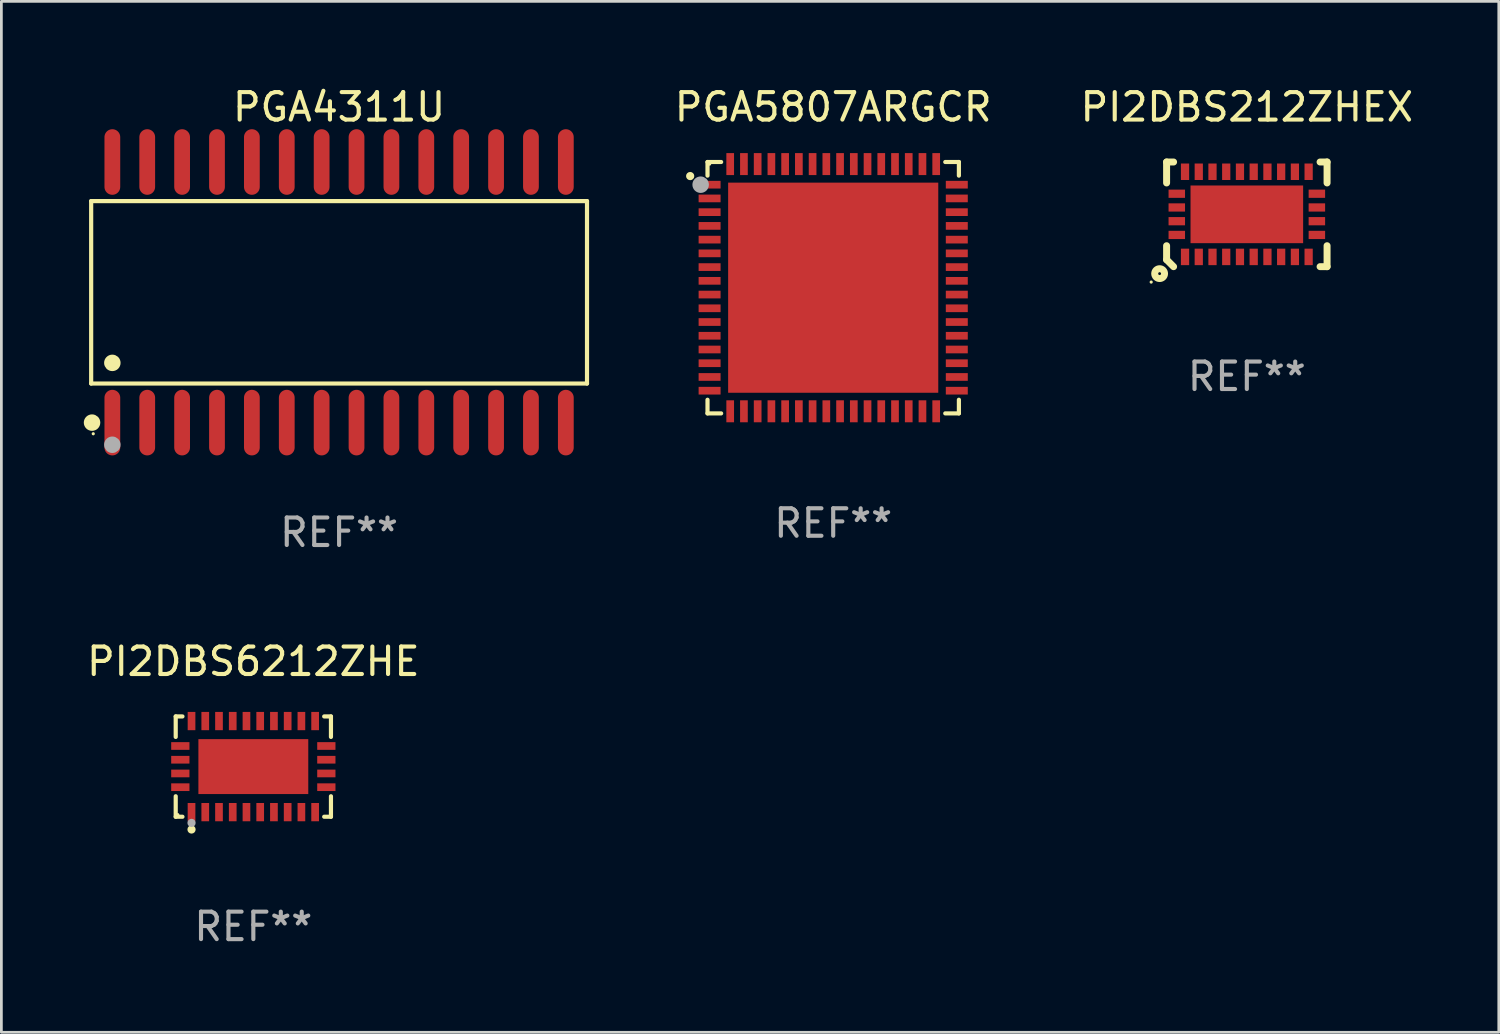
<source format=kicad_pcb>
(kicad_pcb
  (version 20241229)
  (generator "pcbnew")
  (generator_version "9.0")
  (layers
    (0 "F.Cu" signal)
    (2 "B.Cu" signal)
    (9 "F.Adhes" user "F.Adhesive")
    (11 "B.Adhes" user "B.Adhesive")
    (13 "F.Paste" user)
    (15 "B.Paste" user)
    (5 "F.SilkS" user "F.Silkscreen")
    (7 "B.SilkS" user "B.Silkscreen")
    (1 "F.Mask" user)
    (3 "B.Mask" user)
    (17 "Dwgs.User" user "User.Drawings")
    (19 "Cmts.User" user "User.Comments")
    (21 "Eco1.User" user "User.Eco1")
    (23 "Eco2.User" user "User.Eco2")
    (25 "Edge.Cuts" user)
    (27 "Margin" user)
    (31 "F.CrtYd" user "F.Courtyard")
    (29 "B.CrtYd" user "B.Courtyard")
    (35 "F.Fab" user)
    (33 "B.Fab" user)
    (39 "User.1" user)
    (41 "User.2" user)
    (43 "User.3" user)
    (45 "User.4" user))
  (footprint "PI2DBS6212ZHE"
    (layer "F.Cu")
    (at 6.173 24.859)
    (property "Reference" "PI2DBS6212ZHE" (at 0 -3.826 0) (layer "F.SilkS") (effects (font (size 1 1) (thickness 0.15))))
    (attr through_hole)
    (fp_line (start -2.826 -1.826) (end -2.58 -1.826) (stroke (width 0.152) (type solid)) (layer "F.SilkS"))
    (fp_line (start -2.826 -1.08) (end -2.826 -1.826) (stroke (width 0.152) (type solid)) (layer "F.SilkS"))
    (fp_line (start -2.826 1.08) (end -2.826 1.826) (stroke (width 0.152) (type solid)) (layer "F.SilkS"))
    (fp_line (start -2.826 1.826) (end -2.58 1.826) (stroke (width 0.152) (type solid)) (layer "F.SilkS"))
    (fp_line (start 2.826 -1.826) (end 2.58 -1.826) (stroke (width 0.152) (type solid)) (layer "F.SilkS"))
    (fp_line (start 2.826 -1.08) (end 2.826 -1.826) (stroke (width 0.152) (type solid)) (layer "F.SilkS"))
    (fp_line (start 2.826 1.08) (end 2.826 1.826) (stroke (width 0.152) (type solid)) (layer "F.SilkS"))
    (fp_line (start 2.826 1.826) (end 2.58 1.826) (stroke (width 0.152) (type solid)) (layer "F.SilkS"))
    (fp_circle (center -2.75 1.75) (end -2.72 1.75) (stroke (width 0.06) (type solid)) (fill no) (layer "F.SilkS"))
    (fp_circle (center -2.25 2.29) (end -2.175 2.29) (stroke (width 0.15) (type solid)) (fill no) (layer "F.SilkS"))
    (fp_circle (center -2.25 2.05) (end -2.175 2.05) (stroke (width 0.15) (type solid)) (fill no) (layer "F.Fab"))
    (fp_text user "REF**" (at 0 5.826 0) (layer "F.Fab") (effects (font (size 1 1) (thickness 0.15))))
    (pad "1" smd rect (at -2.25 1.658) (size 0.28 0.665) (layers "F.Cu" "F.Mask" "F.Paste"))
    (pad "2" smd rect (at -1.75 1.658) (size 0.28 0.665) (layers "F.Cu" "F.Mask" "F.Paste"))
    (pad "3" smd rect (at -1.25 1.658) (size 0.28 0.665) (layers "F.Cu" "F.Mask" "F.Paste"))
    (pad "4" smd rect (at -0.75 1.658) (size 0.28 0.665) (layers "F.Cu" "F.Mask" "F.Paste"))
    (pad "5" smd rect (at -0.25 1.658) (size 0.28 0.665) (layers "F.Cu" "F.Mask" "F.Paste"))
    (pad "6" smd rect (at 0.25 1.658) (size 0.28 0.665) (layers "F.Cu" "F.Mask" "F.Paste"))
    (pad "7" smd rect (at 0.75 1.658) (size 0.28 0.665) (layers "F.Cu" "F.Mask" "F.Paste"))
    (pad "8" smd rect (at 1.25 1.658) (size 0.28 0.665) (layers "F.Cu" "F.Mask" "F.Paste"))
    (pad "9" smd rect (at 1.75 1.658) (size 0.28 0.665) (layers "F.Cu" "F.Mask" "F.Paste"))
    (pad "10" smd rect (at 2.25 1.658) (size 0.28 0.665) (layers "F.Cu" "F.Mask" "F.Paste"))
    (pad "11" smd rect (at 2.658 0.75) (size 0.665 0.28) (layers "F.Cu" "F.Mask" "F.Paste"))
    (pad "12" smd rect (at 2.658 0.25) (size 0.665 0.28) (layers "F.Cu" "F.Mask" "F.Paste"))
    (pad "13" smd rect (at 2.658 -0.25) (size 0.665 0.28) (layers "F.Cu" "F.Mask" "F.Paste"))
    (pad "14" smd rect (at 2.658 -0.75) (size 0.665 0.28) (layers "F.Cu" "F.Mask" "F.Paste"))
    (pad "15" smd rect (at 2.25 -1.658) (size 0.28 0.665) (layers "F.Cu" "F.Mask" "F.Paste"))
    (pad "16" smd rect (at 1.75 -1.658) (size 0.28 0.665) (layers "F.Cu" "F.Mask" "F.Paste"))
    (pad "17" smd rect (at 1.25 -1.658) (size 0.28 0.665) (layers "F.Cu" "F.Mask" "F.Paste"))
    (pad "18" smd rect (at 0.75 -1.658) (size 0.28 0.665) (layers "F.Cu" "F.Mask" "F.Paste"))
    (pad "19" smd rect (at 0.25 -1.658) (size 0.28 0.665) (layers "F.Cu" "F.Mask" "F.Paste"))
    (pad "20" smd rect (at -0.25 -1.658) (size 0.28 0.665) (layers "F.Cu" "F.Mask" "F.Paste"))
    (pad "21" smd rect (at -0.75 -1.658) (size 0.28 0.665) (layers "F.Cu" "F.Mask" "F.Paste"))
    (pad "22" smd rect (at -1.25 -1.658) (size 0.28 0.665) (layers "F.Cu" "F.Mask" "F.Paste"))
    (pad "23" smd rect (at -1.75 -1.658) (size 0.28 0.665) (layers "F.Cu" "F.Mask" "F.Paste"))
    (pad "24" smd rect (at -2.25 -1.658) (size 0.28 0.665) (layers "F.Cu" "F.Mask" "F.Paste"))
    (pad "25" smd rect (at -2.658 -0.75) (size 0.665 0.28) (layers "F.Cu" "F.Mask" "F.Paste"))
    (pad "26" smd rect (at -2.658 -0.25) (size 0.665 0.28) (layers "F.Cu" "F.Mask" "F.Paste"))
    (pad "27" smd rect (at -2.658 0.25) (size 0.665 0.28) (layers "F.Cu" "F.Mask" "F.Paste"))
    (pad "28" smd rect (at -2.658 0.75) (size 0.665 0.28) (layers "F.Cu" "F.Mask" "F.Paste"))
    (pad "29" smd rect (at 0 0) (size 4 2) (layers "F.Cu" "F.Mask" "F.Paste")))
  (footprint "PGA4311U"
    (layer "F.Cu")
    (at 9.295 7.592)
    (property "Reference" "PGA4311U" (at 0 -6.744 0) (layer "F.SilkS") (effects (font (size 1 1) (thickness 0.15))))
    (attr through_hole)
    (fp_line (start -9.026 -3.321) (end 9.026 -3.321) (stroke (width 0.152) (type solid)) (layer "F.SilkS"))
    (fp_line (start -9.026 3.321) (end -9.026 -3.321) (stroke (width 0.152) (type solid)) (layer "F.SilkS"))
    (fp_line (start 9.026 -3.321) (end 9.026 3.321) (stroke (width 0.152) (type solid)) (layer "F.SilkS"))
    (fp_line (start 9.026 3.321) (end -9.026 3.321) (stroke (width 0.152) (type solid)) (layer "F.SilkS"))
    (fp_circle (center -8.994 4.744) (end -8.844 4.744) (stroke (width 0.3) (type solid)) (fill no) (layer "F.SilkS"))
    (fp_circle (center -8.95 5.15) (end -8.92 5.15) (stroke (width 0.06) (type solid)) (fill no) (layer "F.SilkS"))
    (fp_circle (center -8.255 2.569) (end -8.105 2.569) (stroke (width 0.3) (type solid)) (fill no) (layer "F.SilkS"))
    (fp_circle (center -8.255 5.55) (end -8.105 5.55) (stroke (width 0.3) (type solid)) (fill no) (layer "F.Fab"))
    (fp_text user "REF**" (at 0 8.744 0) (layer "F.Fab") (effects (font (size 1 1) (thickness 0.15))))
    (pad "1" smd oval (at -8.255 4.744) (size 0.574 2.388) (layers "F.Cu" "F.Mask" "F.Paste"))
    (pad "2" smd oval (at -6.985 4.744) (size 0.574 2.388) (layers "F.Cu" "F.Mask" "F.Paste"))
    (pad "3" smd oval (at -5.715 4.744) (size 0.574 2.388) (layers "F.Cu" "F.Mask" "F.Paste"))
    (pad "4" smd oval (at -4.445 4.744) (size 0.574 2.388) (layers "F.Cu" "F.Mask" "F.Paste"))
    (pad "5" smd oval (at -3.175 4.744) (size 0.574 2.388) (layers "F.Cu" "F.Mask" "F.Paste"))
    (pad "6" smd oval (at -1.905 4.744) (size 0.574 2.388) (layers "F.Cu" "F.Mask" "F.Paste"))
    (pad "7" smd oval (at -0.635 4.744) (size 0.574 2.388) (layers "F.Cu" "F.Mask" "F.Paste"))
    (pad "8" smd oval (at 0.635 4.744) (size 0.574 2.388) (layers "F.Cu" "F.Mask" "F.Paste"))
    (pad "9" smd oval (at 1.905 4.744) (size 0.574 2.388) (layers "F.Cu" "F.Mask" "F.Paste"))
    (pad "10" smd oval (at 3.175 4.744) (size 0.574 2.388) (layers "F.Cu" "F.Mask" "F.Paste"))
    (pad "11" smd oval (at 4.445 4.744) (size 0.574 2.388) (layers "F.Cu" "F.Mask" "F.Paste"))
    (pad "12" smd oval (at 5.715 4.744) (size 0.574 2.388) (layers "F.Cu" "F.Mask" "F.Paste"))
    (pad "13" smd oval (at 6.985 4.744) (size 0.574 2.388) (layers "F.Cu" "F.Mask" "F.Paste"))
    (pad "14" smd oval (at 8.255 4.744) (size 0.574 2.388) (layers "F.Cu" "F.Mask" "F.Paste"))
    (pad "15" smd oval (at 8.255 -4.744) (size 0.574 2.388) (layers "F.Cu" "F.Mask" "F.Paste"))
    (pad "16" smd oval (at 6.985 -4.744) (size 0.574 2.388) (layers "F.Cu" "F.Mask" "F.Paste"))
    (pad "17" smd oval (at 5.715 -4.744) (size 0.574 2.388) (layers "F.Cu" "F.Mask" "F.Paste"))
    (pad "18" smd oval (at 4.445 -4.744) (size 0.574 2.388) (layers "F.Cu" "F.Mask" "F.Paste"))
    (pad "19" smd oval (at 3.175 -4.744) (size 0.574 2.388) (layers "F.Cu" "F.Mask" "F.Paste"))
    (pad "20" smd oval (at 1.905 -4.744) (size 0.574 2.388) (layers "F.Cu" "F.Mask" "F.Paste"))
    (pad "21" smd oval (at 0.635 -4.744) (size 0.574 2.388) (layers "F.Cu" "F.Mask" "F.Paste"))
    (pad "22" smd oval (at -0.635 -4.744) (size 0.574 2.388) (layers "F.Cu" "F.Mask" "F.Paste"))
    (pad "23" smd oval (at -1.905 -4.744) (size 0.574 2.388) (layers "F.Cu" "F.Mask" "F.Paste"))
    (pad "24" smd oval (at -3.175 -4.744) (size 0.574 2.388) (layers "F.Cu" "F.Mask" "F.Paste"))
    (pad "25" smd oval (at -4.445 -4.744) (size 0.574 2.388) (layers "F.Cu" "F.Mask" "F.Paste"))
    (pad "26" smd oval (at -5.715 -4.744) (size 0.574 2.388) (layers "F.Cu" "F.Mask" "F.Paste"))
    (pad "27" smd oval (at -6.985 -4.744) (size 0.574 2.388) (layers "F.Cu" "F.Mask" "F.Paste"))
    (pad "28" smd oval (at -8.255 -4.744) (size 0.574 2.388) (layers "F.Cu" "F.Mask" "F.Paste")))
  (footprint "PI2DBS212ZHEX"
    (layer "F.Cu")
    (at 42.343 4.753)
    (property "Reference" "PI2DBS212ZHEX" (at 0 -3.905 0) (layer "F.SilkS") (effects (font (size 1 1) (thickness 0.15))))
    (attr through_hole)
    (fp_line (start -2.921 -1.905) (end -2.667 -1.905) (stroke (width 0.254) (type solid)) (layer "F.SilkS"))
    (fp_line (start -2.921 -1.143) (end -2.921 -1.905) (stroke (width 0.254) (type solid)) (layer "F.SilkS"))
    (fp_line (start -2.921 1.143) (end -2.921 1.651) (stroke (width 0.254) (type solid)) (layer "F.SilkS"))
    (fp_line (start -2.921 1.651) (end -2.667 1.905) (stroke (width 0.254) (type solid)) (layer "F.SilkS"))
    (fp_line (start 2.667 -1.905) (end 2.921 -1.905) (stroke (width 0.254) (type solid)) (layer "F.SilkS"))
    (fp_line (start 2.921 -1.905) (end 2.921 -1.143) (stroke (width 0.254) (type solid)) (layer "F.SilkS"))
    (fp_line (start 2.921 1.143) (end 2.921 1.905) (stroke (width 0.254) (type solid)) (layer "F.SilkS"))
    (fp_line (start 2.921 1.905) (end 2.667 1.905) (stroke (width 0.254) (type solid)) (layer "F.SilkS"))
    (fp_circle (center -3.482 2.466) (end -3.452 2.466) (stroke (width 0.06) (type solid)) (fill no) (layer "F.SilkS"))
    (fp_circle (center -3.175 2.159) (end -2.996 2.159) (stroke (width 0.254) (type solid)) (fill no) (layer "F.SilkS"))
    (fp_text user "REF**" (at 0 5.905 0) (layer "F.Fab") (effects (font (size 1 1) (thickness 0.15))))
    (pad "1" smd rect (at -2.25 1.55) (size 0.3 0.6) (layers "F.Cu" "F.Mask" "F.Paste"))
    (pad "2" smd rect (at -1.75 1.55) (size 0.3 0.6) (layers "F.Cu" "F.Mask" "F.Paste"))
    (pad "3" smd rect (at -1.25 1.55) (size 0.3 0.6) (layers "F.Cu" "F.Mask" "F.Paste"))
    (pad "4" smd rect (at -0.75 1.55) (size 0.3 0.6) (layers "F.Cu" "F.Mask" "F.Paste"))
    (pad "5" smd rect (at -0.25 1.55) (size 0.3 0.6) (layers "F.Cu" "F.Mask" "F.Paste"))
    (pad "6" smd rect (at 0.25 1.55) (size 0.3 0.6) (layers "F.Cu" "F.Mask" "F.Paste"))
    (pad "7" smd rect (at 0.75 1.55) (size 0.3 0.6) (layers "F.Cu" "F.Mask" "F.Paste"))
    (pad "8" smd rect (at 1.25 1.55) (size 0.3 0.6) (layers "F.Cu" "F.Mask" "F.Paste"))
    (pad "9" smd rect (at 1.75 1.55) (size 0.3 0.6) (layers "F.Cu" "F.Mask" "F.Paste"))
    (pad "10" smd rect (at 2.25 1.55) (size 0.3 0.6) (layers "F.Cu" "F.Mask" "F.Paste"))
    (pad "11" smd rect (at 2.55 0.75 90) (size 0.3 0.6) (layers "F.Cu" "F.Mask" "F.Paste"))
    (pad "12" smd rect (at 2.55 0.25 90) (size 0.3 0.6) (layers "F.Cu" "F.Mask" "F.Paste"))
    (pad "13" smd rect (at 2.55 -0.25 90) (size 0.3 0.6) (layers "F.Cu" "F.Mask" "F.Paste"))
    (pad "14" smd rect (at 2.55 -0.75 90) (size 0.3 0.6) (layers "F.Cu" "F.Mask" "F.Paste"))
    (pad "15" smd rect (at 2.25 -1.55) (size 0.3 0.6) (layers "F.Cu" "F.Mask" "F.Paste"))
    (pad "16" smd rect (at 1.75 -1.55) (size 0.3 0.6) (layers "F.Cu" "F.Mask" "F.Paste"))
    (pad "17" smd rect (at 1.25 -1.55) (size 0.3 0.6) (layers "F.Cu" "F.Mask" "F.Paste"))
    (pad "18" smd rect (at 0.75 -1.55) (size 0.3 0.6) (layers "F.Cu" "F.Mask" "F.Paste"))
    (pad "19" smd rect (at 0.25 -1.55) (size 0.3 0.6) (layers "F.Cu" "F.Mask" "F.Paste"))
    (pad "20" smd rect (at -0.25 -1.55) (size 0.3 0.6) (layers "F.Cu" "F.Mask" "F.Paste"))
    (pad "21" smd rect (at -0.75 -1.55) (size 0.3 0.6) (layers "F.Cu" "F.Mask" "F.Paste"))
    (pad "22" smd rect (at -1.25 -1.55) (size 0.3 0.6) (layers "F.Cu" "F.Mask" "F.Paste"))
    (pad "23" smd rect (at -1.75 -1.55) (size 0.3 0.6) (layers "F.Cu" "F.Mask" "F.Paste"))
    (pad "24" smd rect (at -2.25 -1.55) (size 0.3 0.6) (layers "F.Cu" "F.Mask" "F.Paste"))
    (pad "25" smd rect (at -2.55 -0.75 270) (size 0.3 0.6) (layers "F.Cu" "F.Mask" "F.Paste"))
    (pad "26" smd rect (at -2.55 -0.25 270) (size 0.3 0.6) (layers "F.Cu" "F.Mask" "F.Paste"))
    (pad "27" smd rect (at -2.55 0.25 270) (size 0.3 0.6) (layers "F.Cu" "F.Mask" "F.Paste"))
    (pad "28" smd rect (at -2.55 0.75 270) (size 0.3 0.6) (layers "F.Cu" "F.Mask" "F.Paste"))
    (pad "29" smd rect (at -0.000076 0.000102 270) (size 2.1 4.1) (layers "F.Cu" "F.Mask" "F.Paste")))
  (footprint "PGA5807ARGCR"
    (layer "F.Cu")
    (at 27.284 7.424)
    (property "Reference" "PGA5807ARGCR" (at 0 -6.576 0) (layer "F.SilkS") (effects (font (size 1 1) (thickness 0.15))))
    (attr through_hole)
    (fp_line (start -4.576 -4.576) (end -4.576 -4.08) (stroke (width 0.152) (type solid)) (layer "F.SilkS"))
    (fp_line (start -4.576 4.576) (end -4.576 4.08) (stroke (width 0.152) (type solid)) (layer "F.SilkS"))
    (fp_line (start -4.08 -4.576) (end -4.576 -4.576) (stroke (width 0.152) (type solid)) (layer "F.SilkS"))
    (fp_line (start -4.08 4.576) (end -4.576 4.576) (stroke (width 0.152) (type solid)) (layer "F.SilkS"))
    (fp_line (start 4.08 -4.576) (end 4.576 -4.576) (stroke (width 0.152) (type solid)) (layer "F.SilkS"))
    (fp_line (start 4.08 4.576) (end 4.576 4.576) (stroke (width 0.152) (type solid)) (layer "F.SilkS"))
    (fp_line (start 4.576 -4.576) (end 4.576 -4.08) (stroke (width 0.152) (type solid)) (layer "F.SilkS"))
    (fp_line (start 4.576 4.576) (end 4.576 4.08) (stroke (width 0.152) (type solid)) (layer "F.SilkS"))
    (fp_circle (center -5.207 -4.064) (end -5.132 -4.064) (stroke (width 0.15) (type solid)) (fill no) (layer "F.SilkS"))
    (fp_circle (center -4.5 -4.5) (end -4.47 -4.5) (stroke (width 0.06) (type solid)) (fill no) (layer "F.SilkS"))
    (fp_circle (center -4.826 -3.75) (end -4.676 -3.75) (stroke (width 0.3) (type solid)) (fill no) (layer "F.Fab"))
    (fp_text user "REF**" (at 0 8.576 0) (layer "F.Fab") (effects (font (size 1 1) (thickness 0.15))))
    (pad "1" smd rect (at -4.5 -3.75) (size 0.8 0.28) (layers "F.Cu" "F.Mask" "F.Paste"))
    (pad "2" smd rect (at -4.5 -3.25) (size 0.8 0.28) (layers "F.Cu" "F.Mask" "F.Paste"))
    (pad "3" smd rect (at -4.5 -2.75) (size 0.8 0.28) (layers "F.Cu" "F.Mask" "F.Paste"))
    (pad "4" smd rect (at -4.5 -2.25) (size 0.8 0.28) (layers "F.Cu" "F.Mask" "F.Paste"))
    (pad "5" smd rect (at -4.5 -1.75) (size 0.8 0.28) (layers "F.Cu" "F.Mask" "F.Paste"))
    (pad "6" smd rect (at -4.5 -1.25) (size 0.8 0.28) (layers "F.Cu" "F.Mask" "F.Paste"))
    (pad "7" smd rect (at -4.5 -0.75) (size 0.8 0.28) (layers "F.Cu" "F.Mask" "F.Paste"))
    (pad "8" smd rect (at -4.5 -0.25) (size 0.8 0.28) (layers "F.Cu" "F.Mask" "F.Paste"))
    (pad "9" smd rect (at -4.5 0.25) (size 0.8 0.28) (layers "F.Cu" "F.Mask" "F.Paste"))
    (pad "10" smd rect (at -4.5 0.75) (size 0.8 0.28) (layers "F.Cu" "F.Mask" "F.Paste"))
    (pad "11" smd rect (at -4.5 1.25) (size 0.8 0.28) (layers "F.Cu" "F.Mask" "F.Paste"))
    (pad "12" smd rect (at -4.5 1.75) (size 0.8 0.28) (layers "F.Cu" "F.Mask" "F.Paste"))
    (pad "13" smd rect (at -4.5 2.25) (size 0.8 0.28) (layers "F.Cu" "F.Mask" "F.Paste"))
    (pad "14" smd rect (at -4.5 2.75) (size 0.8 0.28) (layers "F.Cu" "F.Mask" "F.Paste"))
    (pad "15" smd rect (at -4.5 3.25) (size 0.8 0.28) (layers "F.Cu" "F.Mask" "F.Paste"))
    (pad "16" smd rect (at -4.5 3.75) (size 0.8 0.28) (layers "F.Cu" "F.Mask" "F.Paste"))
    (pad "17" smd rect (at -3.75 4.5) (size 0.28 0.8) (layers "F.Cu" "F.Mask" "F.Paste"))
    (pad "18" smd rect (at -3.25 4.5) (size 0.28 0.8) (layers "F.Cu" "F.Mask" "F.Paste"))
    (pad "19" smd rect (at -2.75 4.5) (size 0.28 0.8) (layers "F.Cu" "F.Mask" "F.Paste"))
    (pad "20" smd rect (at -2.25 4.5) (size 0.28 0.8) (layers "F.Cu" "F.Mask" "F.Paste"))
    (pad "21" smd rect (at -1.75 4.5) (size 0.28 0.8) (layers "F.Cu" "F.Mask" "F.Paste"))
    (pad "22" smd rect (at -1.25 4.5) (size 0.28 0.8) (layers "F.Cu" "F.Mask" "F.Paste"))
    (pad "23" smd rect (at -0.75 4.5) (size 0.28 0.8) (layers "F.Cu" "F.Mask" "F.Paste"))
    (pad "24" smd rect (at -0.25 4.5) (size 0.28 0.8) (layers "F.Cu" "F.Mask" "F.Paste"))
    (pad "25" smd rect (at 0.25 4.5) (size 0.28 0.8) (layers "F.Cu" "F.Mask" "F.Paste"))
    (pad "26" smd rect (at 0.75 4.5) (size 0.28 0.8) (layers "F.Cu" "F.Mask" "F.Paste"))
    (pad "27" smd rect (at 1.25 4.5) (size 0.28 0.8) (layers "F.Cu" "F.Mask" "F.Paste"))
    (pad "28" smd rect (at 1.75 4.5) (size 0.28 0.8) (layers "F.Cu" "F.Mask" "F.Paste"))
    (pad "29" smd rect (at 2.25 4.5) (size 0.28 0.8) (layers "F.Cu" "F.Mask" "F.Paste"))
    (pad "30" smd rect (at 2.75 4.5) (size 0.28 0.8) (layers "F.Cu" "F.Mask" "F.Paste"))
    (pad "31" smd rect (at 3.25 4.5) (size 0.28 0.8) (layers "F.Cu" "F.Mask" "F.Paste"))
    (pad "32" smd rect (at 3.75 4.5) (size 0.28 0.8) (layers "F.Cu" "F.Mask" "F.Paste"))
    (pad "33" smd rect (at 4.5 3.75) (size 0.8 0.28) (layers "F.Cu" "F.Mask" "F.Paste"))
    (pad "34" smd rect (at 4.5 3.25) (size 0.8 0.28) (layers "F.Cu" "F.Mask" "F.Paste"))
    (pad "35" smd rect (at 4.5 2.75) (size 0.8 0.28) (layers "F.Cu" "F.Mask" "F.Paste"))
    (pad "36" smd rect (at 4.5 2.25) (size 0.8 0.28) (layers "F.Cu" "F.Mask" "F.Paste"))
    (pad "37" smd rect (at 4.5 1.75) (size 0.8 0.28) (layers "F.Cu" "F.Mask" "F.Paste"))
    (pad "38" smd rect (at 4.5 1.25) (size 0.8 0.28) (layers "F.Cu" "F.Mask" "F.Paste"))
    (pad "39" smd rect (at 4.5 0.75) (size 0.8 0.28) (layers "F.Cu" "F.Mask" "F.Paste"))
    (pad "40" smd rect (at 4.5 0.25) (size 0.8 0.28) (layers "F.Cu" "F.Mask" "F.Paste"))
    (pad "41" smd rect (at 4.5 -0.25) (size 0.8 0.28) (layers "F.Cu" "F.Mask" "F.Paste"))
    (pad "42" smd rect (at 4.5 -0.75) (size 0.8 0.28) (layers "F.Cu" "F.Mask" "F.Paste"))
    (pad "43" smd rect (at 4.5 -1.25) (size 0.8 0.28) (layers "F.Cu" "F.Mask" "F.Paste"))
    (pad "44" smd rect (at 4.5 -1.75) (size 0.8 0.28) (layers "F.Cu" "F.Mask" "F.Paste"))
    (pad "45" smd rect (at 4.5 -2.25) (size 0.8 0.28) (layers "F.Cu" "F.Mask" "F.Paste"))
    (pad "46" smd rect (at 4.5 -2.75) (size 0.8 0.28) (layers "F.Cu" "F.Mask" "F.Paste"))
    (pad "47" smd rect (at 4.5 -3.25) (size 0.8 0.28) (layers "F.Cu" "F.Mask" "F.Paste"))
    (pad "48" smd rect (at 4.5 -3.75) (size 0.8 0.28) (layers "F.Cu" "F.Mask" "F.Paste"))
    (pad "49" smd rect (at 3.75 -4.5) (size 0.28 0.8) (layers "F.Cu" "F.Mask" "F.Paste"))
    (pad "50" smd rect (at 3.25 -4.5) (size 0.28 0.8) (layers "F.Cu" "F.Mask" "F.Paste"))
    (pad "51" smd rect (at 2.75 -4.5) (size 0.28 0.8) (layers "F.Cu" "F.Mask" "F.Paste"))
    (pad "52" smd rect (at 2.25 -4.5) (size 0.28 0.8) (layers "F.Cu" "F.Mask" "F.Paste"))
    (pad "53" smd rect (at 1.75 -4.5) (size 0.28 0.8) (layers "F.Cu" "F.Mask" "F.Paste"))
    (pad "54" smd rect (at 1.25 -4.5) (size 0.28 0.8) (layers "F.Cu" "F.Mask" "F.Paste"))
    (pad "55" smd rect (at 0.75 -4.5) (size 0.28 0.8) (layers "F.Cu" "F.Mask" "F.Paste"))
    (pad "56" smd rect (at 0.25 -4.5) (size 0.28 0.8) (layers "F.Cu" "F.Mask" "F.Paste"))
    (pad "57" smd rect (at -0.25 -4.5) (size 0.28 0.8) (layers "F.Cu" "F.Mask" "F.Paste"))
    (pad "58" smd rect (at -0.75 -4.5) (size 0.28 0.8) (layers "F.Cu" "F.Mask" "F.Paste"))
    (pad "59" smd rect (at -1.25 -4.5) (size 0.28 0.8) (layers "F.Cu" "F.Mask" "F.Paste"))
    (pad "60" smd rect (at -1.75 -4.5) (size 0.28 0.8) (layers "F.Cu" "F.Mask" "F.Paste"))
    (pad "61" smd rect (at -2.25 -4.5) (size 0.28 0.8) (layers "F.Cu" "F.Mask" "F.Paste"))
    (pad "62" smd rect (at -2.75 -4.5) (size 0.28 0.8) (layers "F.Cu" "F.Mask" "F.Paste"))
    (pad "63" smd rect (at -3.25 -4.5) (size 0.28 0.8) (layers "F.Cu" "F.Mask" "F.Paste"))
    (pad "64" smd rect (at -3.75 -4.5) (size 0.28 0.8) (layers "F.Cu" "F.Mask" "F.Paste"))
    (pad "65" smd rect (at 0 0) (size 7.65 7.65) (layers "F.Cu" "F.Mask" "F.Paste")))
  (gr_rect
    (start -3 -3)
    (end 51.516 34.533)
    (stroke (width 0.1) (type default))
    (fill no)
    (layer "Edge.Cuts")))
</source>
